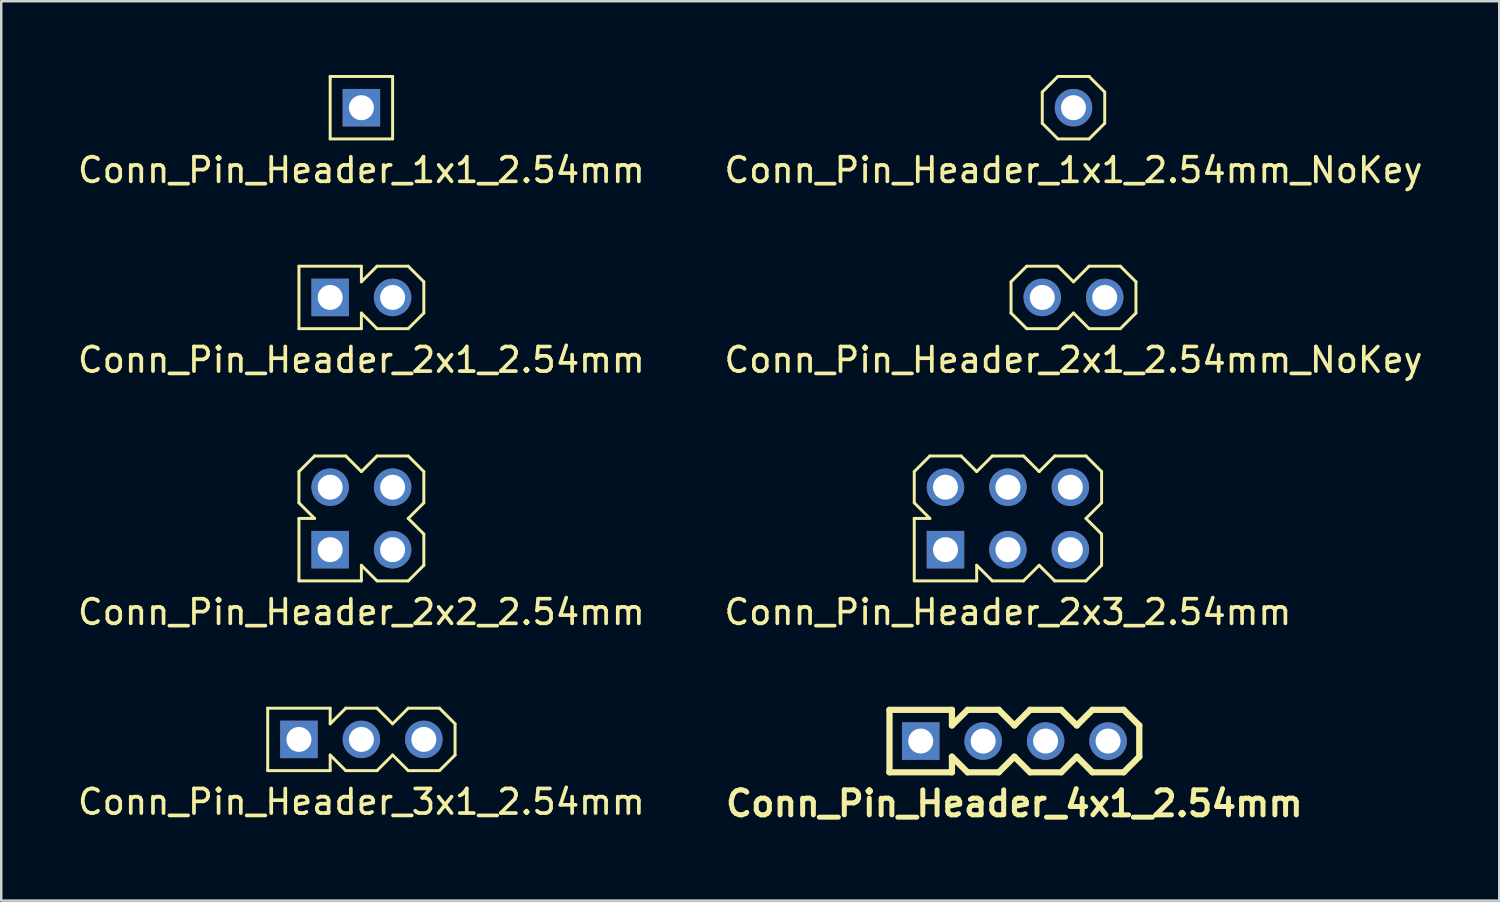
<source format=kicad_pcb>
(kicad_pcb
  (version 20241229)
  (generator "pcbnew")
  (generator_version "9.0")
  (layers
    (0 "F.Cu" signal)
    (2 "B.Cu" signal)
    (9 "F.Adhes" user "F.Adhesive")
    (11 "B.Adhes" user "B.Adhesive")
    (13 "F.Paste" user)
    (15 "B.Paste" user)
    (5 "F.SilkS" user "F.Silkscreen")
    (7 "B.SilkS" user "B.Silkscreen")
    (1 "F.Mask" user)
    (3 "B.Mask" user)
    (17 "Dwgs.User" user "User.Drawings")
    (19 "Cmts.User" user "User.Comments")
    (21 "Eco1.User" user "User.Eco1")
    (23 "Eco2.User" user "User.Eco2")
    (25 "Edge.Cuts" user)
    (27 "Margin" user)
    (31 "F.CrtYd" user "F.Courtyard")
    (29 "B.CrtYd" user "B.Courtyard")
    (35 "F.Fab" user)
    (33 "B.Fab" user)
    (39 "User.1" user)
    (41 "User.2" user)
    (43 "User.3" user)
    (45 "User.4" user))
  (footprint "Conn_Pin_Header_2x1_2.54mm"
    (layer "F.Cu")
    (at 11.649 9.048)
    (property "Reference" "Conn_Pin_Header_2x1_2.54mm" (at 0 2.54 0) (layer "F.SilkS") (effects (font (size 1 1) (thickness 0.15))))
    (attr through_hole)
    (fp_line (start -2.54 -1.27) (end 0 -1.27) (stroke (width 0.12) (type solid)) (layer "F.SilkS"))
    (fp_line (start -2.54 1.27) (end -2.54 -1.27) (stroke (width 0.12) (type solid)) (layer "F.SilkS"))
    (fp_line (start 0 -0.635) (end 0 -1.27) (stroke (width 0.12) (type solid)) (layer "F.SilkS"))
    (fp_line (start 0 -0.635) (end 0.635 -1.27) (stroke (width 0.12) (type solid)) (layer "F.SilkS"))
    (fp_line (start 0 1.27) (end -2.54 1.27) (stroke (width 0.12) (type solid)) (layer "F.SilkS"))
    (fp_line (start 0 1.27) (end 0 0.635) (stroke (width 0.12) (type solid)) (layer "F.SilkS"))
    (fp_line (start 0.635 -1.27) (end 1.905 -1.27) (stroke (width 0.12) (type solid)) (layer "F.SilkS"))
    (fp_line (start 0.635 1.27) (end 0 0.635) (stroke (width 0.12) (type solid)) (layer "F.SilkS"))
    (fp_line (start 1.905 -1.27) (end 2.54 -0.635) (stroke (width 0.12) (type solid)) (layer "F.SilkS"))
    (fp_line (start 1.905 1.27) (end 0.635 1.27) (stroke (width 0.12) (type solid)) (layer "F.SilkS"))
    (fp_line (start 2.54 -0.635) (end 2.54 0.635) (stroke (width 0.12) (type solid)) (layer "F.SilkS"))
    (fp_line (start 2.54 0.635) (end 1.905 1.27) (stroke (width 0.12) (type solid)) (layer "F.SilkS"))
    (pad "1" thru_hole rect (at -1.27 0) (size 1.524 1.524) (drill 1.016) (layers "*.Cu" "*.Mask"))
    (pad "2" thru_hole circle (at 1.27 0) (size 1.524 1.524) (drill 1.016) (layers "*.Cu" "*.Mask")))
  (footprint "Conn_Pin_Header_4x1_2.54mm"
    (layer "F.Cu")
    (at 38.209 27.092)
    (property "Reference" "Conn_Pin_Header_4x1_2.54mm" (at 0 2.54 0) (layer "F.SilkS") (effects (font (size 1.016 1.016) (thickness 0.203))))
    (attr through_hole)
    (fp_line (start -5.08 -1.27) (end -2.54 -1.27) (stroke (width 0.254) (type solid)) (layer "F.SilkS"))
    (fp_line (start -5.08 1.27) (end -5.08 -1.27) (stroke (width 0.254) (type solid)) (layer "F.SilkS"))
    (fp_line (start -2.54 -0.635) (end -2.54 -1.27) (stroke (width 0.254) (type solid)) (layer "F.SilkS"))
    (fp_line (start -2.54 -0.635) (end -1.905 -1.27) (stroke (width 0.254) (type solid)) (layer "F.SilkS"))
    (fp_line (start -2.54 1.27) (end -5.08 1.27) (stroke (width 0.254) (type solid)) (layer "F.SilkS"))
    (fp_line (start -2.54 1.27) (end -2.54 0.635) (stroke (width 0.254) (type solid)) (layer "F.SilkS"))
    (fp_line (start -1.905 -1.27) (end -0.635 -1.27) (stroke (width 0.254) (type solid)) (layer "F.SilkS"))
    (fp_line (start -1.905 1.27) (end -2.54 0.635) (stroke (width 0.254) (type solid)) (layer "F.SilkS"))
    (fp_line (start -0.635 -1.27) (end 0 -0.635) (stroke (width 0.254) (type solid)) (layer "F.SilkS"))
    (fp_line (start -0.635 1.27) (end -1.905 1.27) (stroke (width 0.254) (type solid)) (layer "F.SilkS"))
    (fp_line (start 0 -0.635) (end 0.635 -1.27) (stroke (width 0.254) (type solid)) (layer "F.SilkS"))
    (fp_line (start 0 0.635) (end -0.635 1.27) (stroke (width 0.254) (type solid)) (layer "F.SilkS"))
    (fp_line (start 0.635 -1.27) (end 1.905 -1.27) (stroke (width 0.254) (type solid)) (layer "F.SilkS"))
    (fp_line (start 0.635 1.27) (end 0 0.635) (stroke (width 0.254) (type solid)) (layer "F.SilkS"))
    (fp_line (start 1.905 -1.27) (end 2.54 -0.635) (stroke (width 0.254) (type solid)) (layer "F.SilkS"))
    (fp_line (start 1.905 1.27) (end 0.635 1.27) (stroke (width 0.254) (type solid)) (layer "F.SilkS"))
    (fp_line (start 2.54 -0.635) (end 3.175 -1.27) (stroke (width 0.254) (type solid)) (layer "F.SilkS"))
    (fp_line (start 2.54 0.635) (end 1.905 1.27) (stroke (width 0.254) (type solid)) (layer "F.SilkS"))
    (fp_line (start 3.175 -1.27) (end 4.445 -1.27) (stroke (width 0.254) (type solid)) (layer "F.SilkS"))
    (fp_line (start 3.175 1.27) (end 2.54 0.635) (stroke (width 0.254) (type solid)) (layer "F.SilkS"))
    (fp_line (start 4.445 -1.27) (end 5.08 -0.635) (stroke (width 0.254) (type solid)) (layer "F.SilkS"))
    (fp_line (start 4.445 1.27) (end 3.175 1.27) (stroke (width 0.254) (type solid)) (layer "F.SilkS"))
    (fp_line (start 5.08 -0.635) (end 5.08 0.635) (stroke (width 0.254) (type solid)) (layer "F.SilkS"))
    (fp_line (start 5.08 0.635) (end 4.445 1.27) (stroke (width 0.254) (type solid)) (layer "F.SilkS"))
    (pad "1" thru_hole rect (at -3.81 0) (size 1.524 1.524) (drill 1.016) (layers "*.Cu" "*.Mask"))
    (pad "2" thru_hole circle (at -1.27 0) (size 1.524 1.524) (drill 1.016) (layers "*.Cu" "*.Mask"))
    (pad "3" thru_hole circle (at 1.27 0) (size 1.524 1.524) (drill 1.016) (layers "*.Cu" "*.Mask"))
    (pad "4" thru_hole circle (at 3.81 0) (size 1.524 1.524) (drill 1.016) (layers "*.Cu" "*.Mask")))
  (footprint "Conn_Pin_Header_3x1_2.54mm"
    (layer "F.Cu")
    (at 11.649 27.025)
    (property "Reference" "Conn_Pin_Header_3x1_2.54mm" (at 0 2.54 0) (layer "F.SilkS") (effects (font (size 1 1) (thickness 0.15))))
    (attr through_hole)
    (fp_line (start -3.81 -1.27) (end -1.27 -1.27) (stroke (width 0.12) (type solid)) (layer "F.SilkS"))
    (fp_line (start -3.81 1.27) (end -3.81 -1.27) (stroke (width 0.12) (type solid)) (layer "F.SilkS"))
    (fp_line (start -1.27 -0.635) (end -1.27 -1.27) (stroke (width 0.12) (type solid)) (layer "F.SilkS"))
    (fp_line (start -1.27 -0.635) (end -0.635 -1.27) (stroke (width 0.12) (type solid)) (layer "F.SilkS"))
    (fp_line (start -1.27 1.27) (end -3.81 1.27) (stroke (width 0.12) (type solid)) (layer "F.SilkS"))
    (fp_line (start -1.27 1.27) (end -1.27 0.635) (stroke (width 0.12) (type solid)) (layer "F.SilkS"))
    (fp_line (start -0.635 -1.27) (end 0.635 -1.27) (stroke (width 0.12) (type solid)) (layer "F.SilkS"))
    (fp_line (start -0.635 1.27) (end -1.27 0.635) (stroke (width 0.12) (type solid)) (layer "F.SilkS"))
    (fp_line (start 0.635 -1.27) (end 1.27 -0.635) (stroke (width 0.12) (type solid)) (layer "F.SilkS"))
    (fp_line (start 0.635 1.27) (end -0.635 1.27) (stroke (width 0.12) (type solid)) (layer "F.SilkS"))
    (fp_line (start 1.27 -0.635) (end 1.905 -1.27) (stroke (width 0.12) (type solid)) (layer "F.SilkS"))
    (fp_line (start 1.27 0.635) (end 0.635 1.27) (stroke (width 0.12) (type solid)) (layer "F.SilkS"))
    (fp_line (start 1.905 -1.27) (end 3.175 -1.27) (stroke (width 0.12) (type solid)) (layer "F.SilkS"))
    (fp_line (start 1.905 1.27) (end 1.27 0.635) (stroke (width 0.12) (type solid)) (layer "F.SilkS"))
    (fp_line (start 3.175 -1.27) (end 3.81 -0.635) (stroke (width 0.12) (type solid)) (layer "F.SilkS"))
    (fp_line (start 3.175 1.27) (end 1.905 1.27) (stroke (width 0.12) (type solid)) (layer "F.SilkS"))
    (fp_line (start 3.81 -0.635) (end 3.81 0.635) (stroke (width 0.12) (type solid)) (layer "F.SilkS"))
    (fp_line (start 3.81 0.635) (end 3.175 1.27) (stroke (width 0.12) (type solid)) (layer "F.SilkS"))
    (pad "1" thru_hole rect (at -2.54 0) (size 1.524 1.524) (drill 1.016) (layers "*.Cu" "*.Mask"))
    (pad "2" thru_hole circle (at 0 0) (size 1.524 1.524) (drill 1.016) (layers "*.Cu" "*.Mask"))
    (pad "3" thru_hole circle (at 2.54 0) (size 1.524 1.524) (drill 1.016) (layers "*.Cu" "*.Mask")))
  (footprint "Conn_Pin_Header_2x2_2.54mm"
    (layer "F.Cu")
    (at 11.649 18.037)
    (property "Reference" "Conn_Pin_Header_2x2_2.54mm" (at 0 3.81 0) (layer "F.SilkS") (effects (font (size 1 1) (thickness 0.15))))
    (attr through_hole)
    (fp_line (start -2.54 -1.905) (end -1.905 -2.54) (stroke (width 0.12) (type solid)) (layer "F.SilkS"))
    (fp_line (start -2.54 -0.635) (end -2.54 -1.905) (stroke (width 0.12) (type solid)) (layer "F.SilkS"))
    (fp_line (start -2.54 0) (end -1.905 0) (stroke (width 0.12) (type solid)) (layer "F.SilkS"))
    (fp_line (start -2.54 2.54) (end -2.54 0) (stroke (width 0.12) (type solid)) (layer "F.SilkS"))
    (fp_line (start -1.905 -2.54) (end -0.635 -2.54) (stroke (width 0.12) (type solid)) (layer "F.SilkS"))
    (fp_line (start -1.905 0) (end -2.54 -0.635) (stroke (width 0.12) (type solid)) (layer "F.SilkS"))
    (fp_line (start -0.635 -2.54) (end 0 -1.905) (stroke (width 0.12) (type solid)) (layer "F.SilkS"))
    (fp_line (start 0 -1.905) (end 0.635 -2.54) (stroke (width 0.12) (type solid)) (layer "F.SilkS"))
    (fp_line (start 0 2.54) (end -2.54 2.54) (stroke (width 0.12) (type solid)) (layer "F.SilkS"))
    (fp_line (start 0 2.54) (end 0 1.905) (stroke (width 0.12) (type solid)) (layer "F.SilkS"))
    (fp_line (start 0.635 -2.54) (end 1.905 -2.54) (stroke (width 0.12) (type solid)) (layer "F.SilkS"))
    (fp_line (start 0.635 2.54) (end 0 1.905) (stroke (width 0.12) (type solid)) (layer "F.SilkS"))
    (fp_line (start 1.905 -2.54) (end 2.54 -1.905) (stroke (width 0.12) (type solid)) (layer "F.SilkS"))
    (fp_line (start 1.905 0) (end 2.54 -0.635) (stroke (width 0.12) (type solid)) (layer "F.SilkS"))
    (fp_line (start 1.905 2.54) (end 0.635 2.54) (stroke (width 0.12) (type solid)) (layer "F.SilkS"))
    (fp_line (start 2.54 -0.635) (end 2.54 -1.905) (stroke (width 0.12) (type solid)) (layer "F.SilkS"))
    (fp_line (start 2.54 0.635) (end 1.905 0) (stroke (width 0.12) (type solid)) (layer "F.SilkS"))
    (fp_line (start 2.54 1.905) (end 1.905 2.54) (stroke (width 0.12) (type solid)) (layer "F.SilkS"))
    (fp_line (start 2.54 1.905) (end 2.54 0.635) (stroke (width 0.12) (type solid)) (layer "F.SilkS"))
    (pad "1" thru_hole rect (at -1.27 1.27) (size 1.524 1.524) (drill 1.016) (layers "*.Cu" "*.Mask"))
    (pad "2" thru_hole circle (at -1.27 -1.27) (size 1.524 1.524) (drill 1.016) (layers "*.Cu" "*.Mask"))
    (pad "3" thru_hole circle (at 1.27 1.27) (size 1.524 1.524) (drill 1.016) (layers "*.Cu" "*.Mask"))
    (pad "4" thru_hole circle (at 1.27 -1.27) (size 1.524 1.524) (drill 1.016) (layers "*.Cu" "*.Mask")))
  (footprint "Conn_Pin_Header_2x3_2.54mm"
    (layer "F.Cu")
    (at 37.946 18.037)
    (property "Reference" "Conn_Pin_Header_2x3_2.54mm" (at 0 3.81 0) (layer "F.SilkS") (effects (font (size 1 1) (thickness 0.15))))
    (attr through_hole)
    (fp_line (start -3.81 -1.905) (end -3.175 -2.54) (stroke (width 0.12) (type solid)) (layer "F.SilkS"))
    (fp_line (start -3.81 -0.635) (end -3.81 -1.905) (stroke (width 0.12) (type solid)) (layer "F.SilkS"))
    (fp_line (start -3.81 0) (end -3.175 0) (stroke (width 0.12) (type solid)) (layer "F.SilkS"))
    (fp_line (start -3.81 2.54) (end -3.81 0) (stroke (width 0.12) (type solid)) (layer "F.SilkS"))
    (fp_line (start -3.175 -2.54) (end -1.905 -2.54) (stroke (width 0.12) (type solid)) (layer "F.SilkS"))
    (fp_line (start -3.175 0) (end -3.81 -0.635) (stroke (width 0.12) (type solid)) (layer "F.SilkS"))
    (fp_line (start -1.905 -2.54) (end -1.27 -1.905) (stroke (width 0.12) (type solid)) (layer "F.SilkS"))
    (fp_line (start -1.27 -1.905) (end -0.635 -2.54) (stroke (width 0.12) (type solid)) (layer "F.SilkS"))
    (fp_line (start -1.27 2.54) (end -3.81 2.54) (stroke (width 0.12) (type solid)) (layer "F.SilkS"))
    (fp_line (start -1.27 2.54) (end -1.27 1.905) (stroke (width 0.12) (type solid)) (layer "F.SilkS"))
    (fp_line (start -0.635 -2.54) (end 0.635 -2.54) (stroke (width 0.12) (type solid)) (layer "F.SilkS"))
    (fp_line (start -0.635 2.54) (end -1.27 1.905) (stroke (width 0.12) (type solid)) (layer "F.SilkS"))
    (fp_line (start 0.635 -2.54) (end 1.27 -1.905) (stroke (width 0.12) (type solid)) (layer "F.SilkS"))
    (fp_line (start 0.635 2.54) (end -0.635 2.54) (stroke (width 0.12) (type solid)) (layer "F.SilkS"))
    (fp_line (start 0.635 2.54) (end 1.27 1.905) (stroke (width 0.12) (type solid)) (layer "F.SilkS"))
    (fp_line (start 1.27 -1.905) (end 1.905 -2.54) (stroke (width 0.12) (type solid)) (layer "F.SilkS"))
    (fp_line (start 1.27 1.905) (end 1.905 2.54) (stroke (width 0.12) (type solid)) (layer "F.SilkS"))
    (fp_line (start 1.905 -2.54) (end 3.175 -2.54) (stroke (width 0.12) (type solid)) (layer "F.SilkS"))
    (fp_line (start 1.905 2.54) (end 3.175 2.54) (stroke (width 0.12) (type solid)) (layer "F.SilkS"))
    (fp_line (start 3.175 -2.54) (end 3.81 -1.905) (stroke (width 0.12) (type solid)) (layer "F.SilkS"))
    (fp_line (start 3.175 0) (end 3.81 -0.635) (stroke (width 0.12) (type solid)) (layer "F.SilkS"))
    (fp_line (start 3.81 -0.635) (end 3.81 -1.905) (stroke (width 0.12) (type solid)) (layer "F.SilkS"))
    (fp_line (start 3.81 0.635) (end 3.175 0) (stroke (width 0.12) (type solid)) (layer "F.SilkS"))
    (fp_line (start 3.81 1.905) (end 3.175 2.54) (stroke (width 0.12) (type solid)) (layer "F.SilkS"))
    (fp_line (start 3.81 1.905) (end 3.81 0.635) (stroke (width 0.12) (type solid)) (layer "F.SilkS"))
    (pad "1" thru_hole rect (at -2.54 1.27) (size 1.524 1.524) (drill 1.016) (layers "*.Cu" "*.Mask"))
    (pad "2" thru_hole circle (at -2.54 -1.27) (size 1.524 1.524) (drill 1.016) (layers "*.Cu" "*.Mask"))
    (pad "3" thru_hole circle (at 0 1.27) (size 1.524 1.524) (drill 1.016) (layers "*.Cu" "*.Mask"))
    (pad "4" thru_hole circle (at 0 -1.27) (size 1.524 1.524) (drill 1.016) (layers "*.Cu" "*.Mask"))
    (pad "5" thru_hole circle (at 2.54 1.27) (size 1.524 1.524) (drill 1.016) (layers "*.Cu" "*.Mask"))
    (pad "6" thru_hole circle (at 2.54 -1.27) (size 1.524 1.524) (drill 1.016) (layers "*.Cu" "*.Mask")))
  (footprint "Conn_Pin_Header_2x1_2.54mm_NoKey"
    (layer "F.Cu")
    (at 40.613 9.048)
    (property "Reference" "Conn_Pin_Header_2x1_2.54mm_NoKey" (at 0 2.54 0) (layer "F.SilkS") (effects (font (size 1 1) (thickness 0.15))))
    (attr through_hole)
    (fp_line (start -2.54 -0.635) (end -2.54 0.635) (stroke (width 0.12) (type solid)) (layer "F.SilkS"))
    (fp_line (start -2.54 0.635) (end -1.905 1.27) (stroke (width 0.12) (type solid)) (layer "F.SilkS"))
    (fp_line (start -1.905 -1.27) (end -2.54 -0.635) (stroke (width 0.12) (type solid)) (layer "F.SilkS"))
    (fp_line (start -1.905 1.27) (end -0.635 1.27) (stroke (width 0.12) (type solid)) (layer "F.SilkS"))
    (fp_line (start -0.635 -1.27) (end -1.905 -1.27) (stroke (width 0.12) (type solid)) (layer "F.SilkS"))
    (fp_line (start -0.635 1.27) (end 0 0.635) (stroke (width 0.12) (type solid)) (layer "F.SilkS"))
    (fp_line (start 0 -0.635) (end -0.635 -1.27) (stroke (width 0.12) (type solid)) (layer "F.SilkS"))
    (fp_line (start 0 -0.635) (end 0.635 -1.27) (stroke (width 0.12) (type solid)) (layer "F.SilkS"))
    (fp_line (start 0.635 -1.27) (end 1.905 -1.27) (stroke (width 0.12) (type solid)) (layer "F.SilkS"))
    (fp_line (start 0.635 1.27) (end 0 0.635) (stroke (width 0.12) (type solid)) (layer "F.SilkS"))
    (fp_line (start 1.905 -1.27) (end 2.54 -0.635) (stroke (width 0.12) (type solid)) (layer "F.SilkS"))
    (fp_line (start 1.905 1.27) (end 0.635 1.27) (stroke (width 0.12) (type solid)) (layer "F.SilkS"))
    (fp_line (start 2.54 -0.635) (end 2.54 0.635) (stroke (width 0.12) (type solid)) (layer "F.SilkS"))
    (fp_line (start 2.54 0.635) (end 1.905 1.27) (stroke (width 0.12) (type solid)) (layer "F.SilkS"))
    (pad "1" thru_hole circle (at -1.27 0) (size 1.524 1.524) (drill 1.016) (layers "*.Cu" "*.Mask"))
    (pad "2" thru_hole circle (at 1.27 0) (size 1.524 1.524) (drill 1.016) (layers "*.Cu" "*.Mask")))
  (footprint "Conn_Pin_Header_1x1_2.54mm"
    (layer "F.Cu")
    (at 11.649 1.33)
    (property "Reference" "Conn_Pin_Header_1x1_2.54mm" (at 0 2.54 0) (layer "F.SilkS") (effects (font (size 1 1) (thickness 0.15))))
    (attr through_hole)
    (fp_line (start -1.27 -1.27) (end 1.27 -1.27) (stroke (width 0.12) (type solid)) (layer "F.SilkS"))
    (fp_line (start -1.27 1.27) (end -1.27 -1.27) (stroke (width 0.12) (type solid)) (layer "F.SilkS"))
    (fp_line (start 1.27 1.27) (end -1.27 1.27) (stroke (width 0.12) (type solid)) (layer "F.SilkS"))
    (fp_line (start 1.27 1.27) (end 1.27 -1.27) (stroke (width 0.12) (type solid)) (layer "F.SilkS"))
    (pad "1" thru_hole rect (at 0 0) (size 1.524 1.524) (drill 1.016) (layers "*.Cu" "*.Mask")))
  (footprint "Conn_Pin_Header_1x1_2.54mm_NoKey"
    (layer "F.Cu")
    (at 40.613 1.33)
    (property "Reference" "Conn_Pin_Header_1x1_2.54mm_NoKey" (at 0 2.54 0) (layer "F.SilkS") (effects (font (size 1 1) (thickness 0.15))))
    (attr through_hole)
    (fp_line (start -1.27 -0.635) (end -0.635 -1.27) (stroke (width 0.12) (type solid)) (layer "F.SilkS"))
    (fp_line (start -1.27 0.635) (end -1.27 -0.635) (stroke (width 0.12) (type solid)) (layer "F.SilkS"))
    (fp_line (start -0.635 -1.27) (end 0.635 -1.27) (stroke (width 0.12) (type solid)) (layer "F.SilkS"))
    (fp_line (start -0.635 1.27) (end -1.27 0.635) (stroke (width 0.12) (type solid)) (layer "F.SilkS"))
    (fp_line (start 0.635 -1.27) (end 1.27 -0.635) (stroke (width 0.12) (type solid)) (layer "F.SilkS"))
    (fp_line (start 0.635 1.27) (end -0.635 1.27) (stroke (width 0.12) (type solid)) (layer "F.SilkS"))
    (fp_line (start 1.27 -0.635) (end 1.27 0.635) (stroke (width 0.12) (type solid)) (layer "F.SilkS"))
    (fp_line (start 1.27 0.635) (end 0.635 1.27) (stroke (width 0.12) (type solid)) (layer "F.SilkS"))
    (pad "1" thru_hole circle (at 0 0) (size 1.524 1.524) (drill 1.016) (layers "*.Cu" "*.Mask")))
  (gr_rect
    (start -3 -3)
    (end 57.929 33.583)
    (stroke (width 0.1) (type default))
    (fill no)
    (layer "Edge.Cuts")))
</source>
